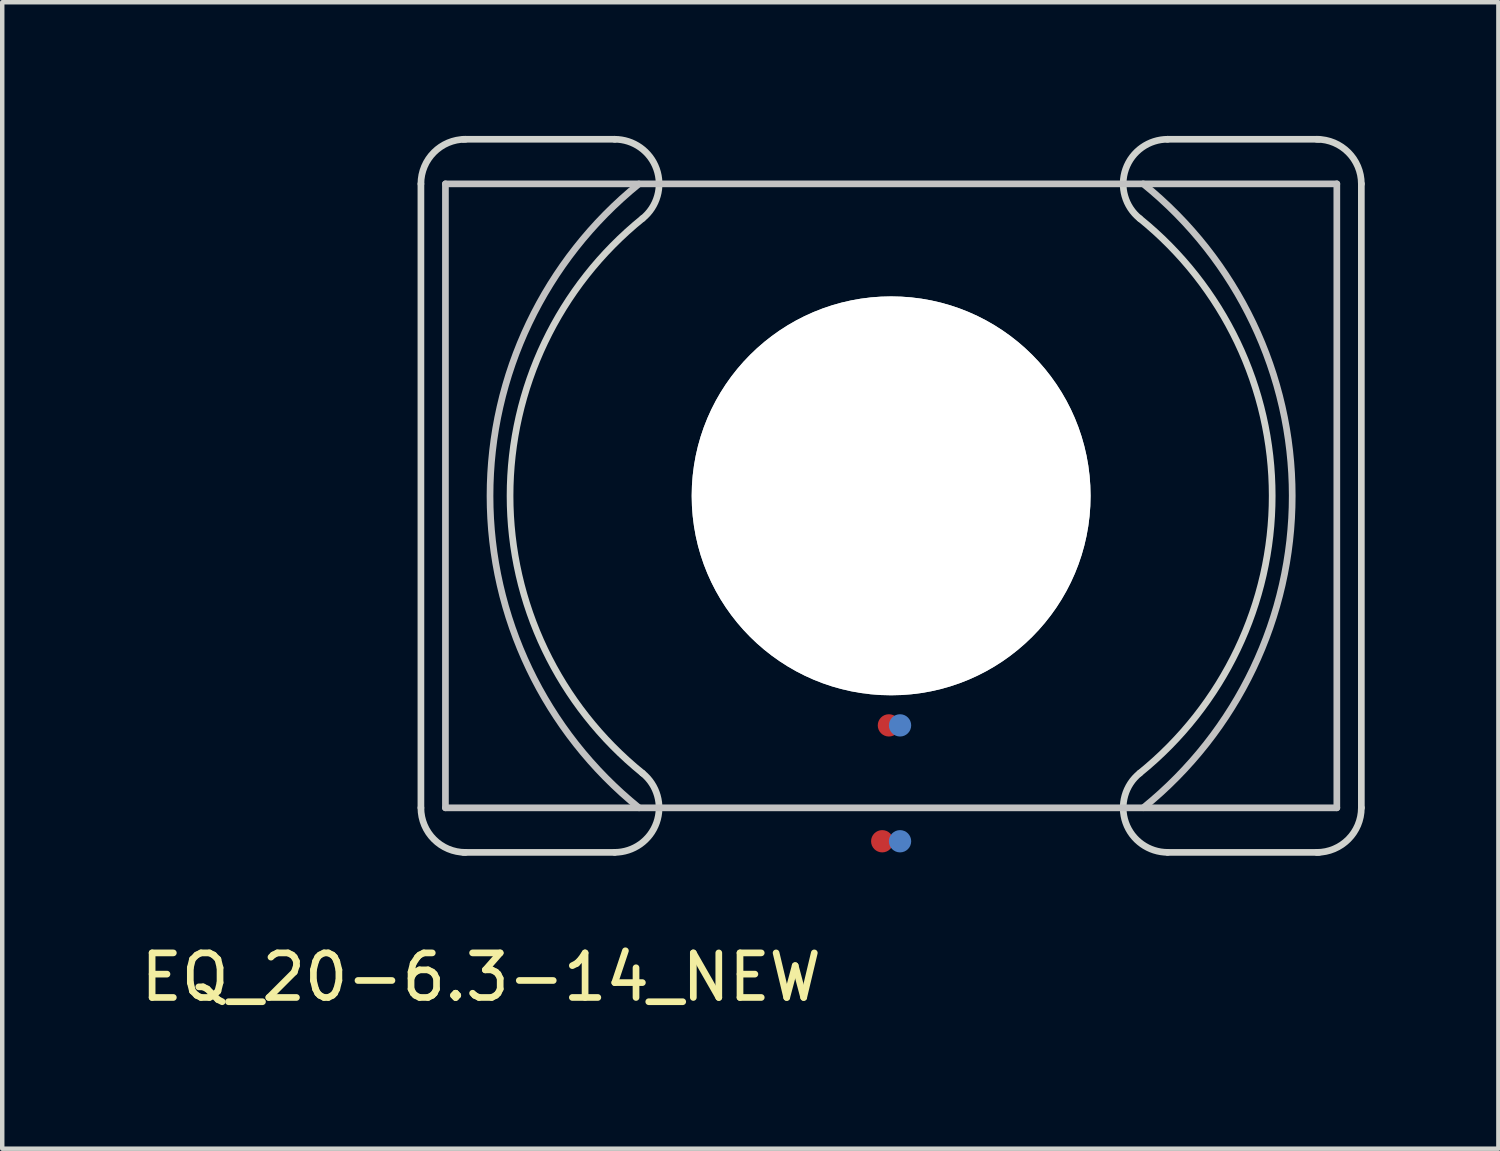
<source format=kicad_pcb>
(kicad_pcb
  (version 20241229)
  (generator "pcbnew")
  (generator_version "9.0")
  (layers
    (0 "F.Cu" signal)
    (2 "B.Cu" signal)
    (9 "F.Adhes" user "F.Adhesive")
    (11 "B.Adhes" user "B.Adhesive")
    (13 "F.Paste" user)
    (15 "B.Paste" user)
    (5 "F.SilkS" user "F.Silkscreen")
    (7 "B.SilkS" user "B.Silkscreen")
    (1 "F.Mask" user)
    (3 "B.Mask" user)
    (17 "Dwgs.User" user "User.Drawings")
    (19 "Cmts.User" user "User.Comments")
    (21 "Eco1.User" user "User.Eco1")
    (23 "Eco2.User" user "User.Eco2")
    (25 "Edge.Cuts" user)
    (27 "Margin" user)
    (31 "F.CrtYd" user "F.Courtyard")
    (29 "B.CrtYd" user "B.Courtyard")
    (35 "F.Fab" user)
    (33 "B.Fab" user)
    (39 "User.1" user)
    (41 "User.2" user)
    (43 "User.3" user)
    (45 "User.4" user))
  (footprint "EQ_20-6.3-14_NEW"
    (layer "F.Cu")
    (at 16.944 8.075)
    (property "Reference" "EQ_20-6.3-14_NEW" (at -9.2 10.8 0) (layer "F.SilkS") (effects (font (size 1 1) (thickness 0.15))))
    (attr through_hole)
    (fp_line (start -10 -7) (end 10 -7) (stroke (width 0.15) (type solid)) (layer "Dwgs.User"))
    (fp_line (start -10 7) (end -10 -7) (stroke (width 0.15) (type solid)) (layer "Dwgs.User"))
    (fp_line (start 10 7) (end -10 7) (stroke (width 0.15) (type solid)) (layer "Dwgs.User"))
    (fp_line (start 10 7) (end 10 -7) (stroke (width 0.15) (type solid)) (layer "Dwgs.User"))
    (fp_arc (start -5.656 7) (mid -8.999463 0.001852) (end -5.65888 -6.997672) (stroke (width 0.15) (type solid)) (layer "Dwgs.User"))
    (fp_arc (start 5.656 -7) (mid 8.999463 -0.001852) (end 5.65888 6.997672) (stroke (width 0.15) (type solid)) (layer "Dwgs.User"))
    (fp_line (start -10.55 7) (end -10.55 -7) (stroke (width 0.15) (type solid)) (layer "Edge.Cuts"))
    (fp_line (start -9.6 -8) (end -6.2 -8) (stroke (width 0.15) (type solid)) (layer "Edge.Cuts"))
    (fp_line (start -9.6 8) (end -6.2 8) (stroke (width 0.15) (type solid)) (layer "Edge.Cuts"))
    (fp_line (start 9.6 -8) (end 6.2 -8) (stroke (width 0.15) (type solid)) (layer "Edge.Cuts"))
    (fp_line (start 9.6 8) (end 6.2 8) (stroke (width 0.15) (type solid)) (layer "Edge.Cuts"))
    (fp_line (start 10.55 -7) (end 10.55 7) (stroke (width 0.15) (type solid)) (layer "Edge.Cuts"))
    (fp_arc (start -10.55 -7) (mid -10.257107 -7.707107) (end -9.55 -8) (stroke (width 0.15) (type solid)) (layer "Edge.Cuts"))
    (fp_arc (start -9.55 8) (mid -10.257107 7.707107) (end -10.55 7) (stroke (width 0.15) (type solid)) (layer "Edge.Cuts"))
    (fp_arc (start -6.206 -8) (mid -5.263358 -7.333807) (end -5.57668 -6.222854) (stroke (width 0.15) (type solid)) (layer "Edge.Cuts"))
    (fp_arc (start -5.5787 6.222) (mid -5.263228 7.331617) (end -6.203892 7.999392) (stroke (width 0.15) (type solid)) (layer "Edge.Cuts"))
    (fp_arc (start -5.5787 6.222) (mid -8.550069 0.000616) (end -5.579658 -6.221225) (stroke (width 0.15) (type solid)) (layer "Edge.Cuts"))
    (fp_arc (start 5.57668 -6.222854) (mid 5.263359 -7.333807) (end 6.206 -8) (stroke (width 0.15) (type solid)) (layer "Edge.Cuts"))
    (fp_arc (start 5.5787 -6.222) (mid 8.550069 -0.000616) (end 5.579658 6.221225) (stroke (width 0.15) (type solid)) (layer "Edge.Cuts"))
    (fp_arc (start 6.203892 7.999392) (mid 5.263228 7.331617) (end 5.5787 6.222) (stroke (width 0.15) (type solid)) (layer "Edge.Cuts"))
    (fp_arc (start 9.55 -8) (mid 10.257107 -7.707107) (end 10.55 -7) (stroke (width 0.15) (type solid)) (layer "Edge.Cuts"))
    (fp_arc (start 10.55 7) (mid 10.257107 7.707107) (end 9.55 8) (stroke (width 0.15) (type solid)) (layer "Edge.Cuts"))
    (fp_circle (center 0 0) (end 4.4 0) (stroke (width 0.15) (type solid)) (fill no) (layer "Edge.Cuts"))
    (pad "" np_thru_hole circle (at 0 0) (size 8.95 8.95) (drill 8.95) (layers "*.Cu" "*.Mask"))
    (pad "1" smd circle (at -0.2 7.75) (size 0.5 0.5) (layers "F.Cu" "F.Mask" "F.Paste"))
    (pad "2" smd circle (at -0.05 5.15) (size 0.5 0.5) (layers "F.Cu" "F.Mask" "F.Paste"))
    (pad "3" smd circle (at 0.2 5.15) (size 0.5 0.5) (layers "F.Mask" "B.Cu" "F.Paste"))
    (pad "4" smd circle (at 0.2 7.75) (size 0.5 0.5) (layers "F.Mask" "B.Cu" "F.Paste")))
  (gr_rect
    (start -3 -3)
    (end 30.569 22.723)
    (stroke (width 0.1) (type default))
    (fill no)
    (layer "Edge.Cuts")))
</source>
